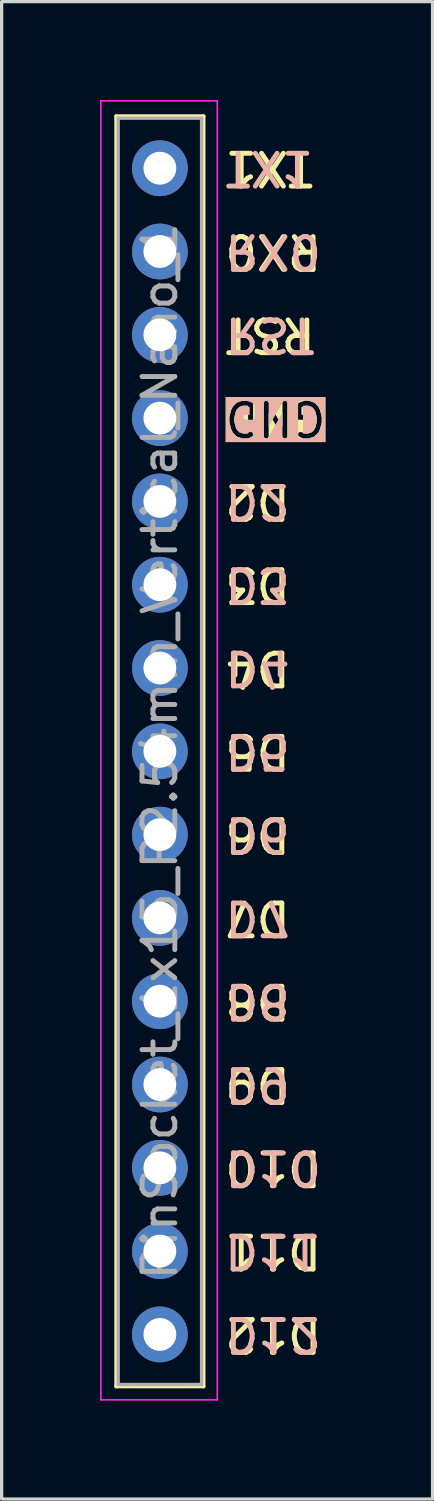
<source format=kicad_pcb>
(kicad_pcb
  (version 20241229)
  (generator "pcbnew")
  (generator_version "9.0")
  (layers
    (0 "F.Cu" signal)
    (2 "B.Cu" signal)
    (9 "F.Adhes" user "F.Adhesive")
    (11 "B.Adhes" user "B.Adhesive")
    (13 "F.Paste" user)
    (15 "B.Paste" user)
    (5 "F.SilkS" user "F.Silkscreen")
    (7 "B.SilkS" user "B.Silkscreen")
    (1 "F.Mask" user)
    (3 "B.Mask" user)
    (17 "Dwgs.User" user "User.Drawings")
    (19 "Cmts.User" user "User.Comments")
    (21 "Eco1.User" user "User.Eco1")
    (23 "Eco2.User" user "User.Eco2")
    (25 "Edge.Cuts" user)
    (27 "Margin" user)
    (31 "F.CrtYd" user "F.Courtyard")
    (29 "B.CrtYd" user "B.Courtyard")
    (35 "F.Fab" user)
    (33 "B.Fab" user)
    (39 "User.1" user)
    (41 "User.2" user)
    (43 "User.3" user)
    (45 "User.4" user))
  (footprint "PinSocket_1x15_P2.54mm_Vertical_Nano_1"
    (layer "F.Cu")
    (at 1.825 2.079)
    (property "Reference" "PinSocket_1x15_P2.54mm_Vertical_Nano_1" (at 0 17.78 270) (layer "F.Fab") (effects (font (size 1 1) (thickness 0.15))))
    (attr through_hole)
    (fp_line (start -1.33 -1.584) (end -1.33 37.144) (stroke (width 0.12) (type solid)) (layer "F.SilkS"))
    (fp_line (start -1.33 -1.584) (end 1.33 -1.584) (stroke (width 0.12) (type solid)) (layer "F.SilkS"))
    (fp_line (start -1.33 37.144) (end 1.33 37.144) (stroke (width 0.12) (type solid)) (layer "F.SilkS"))
    (fp_line (start 1.33 -1.584) (end 1.33 37.144) (stroke (width 0.12) (type solid)) (layer "F.SilkS"))
    (fp_line (start -1.8 -2.054) (end 1.75 -2.054) (stroke (width 0.05) (type solid)) (layer "F.CrtYd"))
    (fp_line (start -1.8 37.554) (end -1.8 -2.054) (stroke (width 0.05) (type solid)) (layer "F.CrtYd"))
    (fp_line (start 1.75 -2.054) (end 1.75 37.554) (stroke (width 0.05) (type solid)) (layer "F.CrtYd"))
    (fp_line (start 1.75 37.554) (end -1.8 37.554) (stroke (width 0.05) (type solid)) (layer "F.CrtYd"))
    (fp_line (start -1.27 -1.524) (end 1.27 -1.524) (stroke (width 0.1) (type solid)) (layer "F.Fab"))
    (fp_line (start -1.27 37.084) (end -1.27 -1.524) (stroke (width 0.1) (type solid)) (layer "F.Fab"))
    (fp_line (start 1.27 -1.524) (end 1.27 37.084) (stroke (width 0.1) (type solid)) (layer "F.Fab"))
    (fp_line (start 1.27 37.084) (end -1.27 37.084) (stroke (width 0.1) (type solid)) (layer "F.Fab"))
    (fp_text user "D12" (at 1.905 35.56 180) (unlocked yes) (layer "F.SilkS") (effects (font (size 1 1) (thickness 0.15)) (justify right)))
    (fp_text user "D4" (at 1.905 15.24 180) (unlocked yes) (layer "F.SilkS") (effects (font (size 1 1) (thickness 0.15)) (justify right)))
    (fp_text user "D10" (at 1.905 30.48 180) (unlocked yes) (layer "F.SilkS") (effects (font (size 1 1) (thickness 0.15)) (justify right)))
    (fp_text user "GND" (at 1.905 7.62 180) (unlocked yes) (layer "F.SilkS" knockout) (effects (font (size 1 1) (thickness 0.15)) (justify right)))
    (fp_text user "D2" (at 1.905 10.16 180) (unlocked yes) (layer "F.SilkS") (effects (font (size 1 1) (thickness 0.15)) (justify right)))
    (fp_text user "D7" (at 1.905 22.86 180) (unlocked yes) (layer "F.SilkS") (effects (font (size 1 1) (thickness 0.15)) (justify right)))
    (fp_text user "D11" (at 1.905 33.02 180) (unlocked yes) (layer "F.SilkS") (effects (font (size 1 1) (thickness 0.15)) (justify right)))
    (fp_text user "TX1" (at 1.905 0 180) (unlocked yes) (layer "F.SilkS") (effects (font (size 1 1) (thickness 0.15)) (justify right)))
    (fp_text user "D5" (at 1.905 17.78 180) (unlocked yes) (layer "F.SilkS") (effects (font (size 1 1) (thickness 0.15)) (justify right)))
    (fp_text user "D9" (at 1.905 27.94 180) (unlocked yes) (layer "F.SilkS") (effects (font (size 1 1) (thickness 0.15)) (justify right)))
    (fp_text user "D3" (at 1.905 12.7 180) (unlocked yes) (layer "F.SilkS") (effects (font (size 1 1) (thickness 0.15)) (justify right)))
    (fp_text user "D8" (at 1.905 25.4 180) (unlocked yes) (layer "F.SilkS") (effects (font (size 1 1) (thickness 0.15)) (justify right)))
    (fp_text user "D6" (at 1.905 20.32 180) (unlocked yes) (layer "F.SilkS") (effects (font (size 1 1) (thickness 0.15)) (justify right)))
    (fp_text user "RX0" (at 1.905 2.54 180) (unlocked yes) (layer "F.SilkS") (effects (font (size 1 1) (thickness 0.15)) (justify right)))
    (fp_text user "RST" (at 1.905 5.08 180) (unlocked yes) (layer "F.SilkS") (effects (font (size 1 1) (thickness 0.15)) (justify right)))
    (fp_text user "GND" (at 1.905 7.62 180) (unlocked yes) (layer "B.SilkS" knockout) (effects (font (size 1 1) (thickness 0.15)) (justify left mirror)))
    (fp_text user "D12" (at 1.905 35.56 180) (unlocked yes) (layer "B.SilkS") (effects (font (size 1 1) (thickness 0.15)) (justify left mirror)))
    (fp_text user "D9" (at 1.905 27.94 180) (unlocked yes) (layer "B.SilkS") (effects (font (size 1 1) (thickness 0.15)) (justify left mirror)))
    (fp_text user "D5" (at 1.905 17.78 180) (unlocked yes) (layer "B.SilkS") (effects (font (size 1 1) (thickness 0.15)) (justify left mirror)))
    (fp_text user "D2" (at 1.905 10.16 180) (unlocked yes) (layer "B.SilkS") (effects (font (size 1 1) (thickness 0.15)) (justify left mirror)))
    (fp_text user "RST" (at 1.905 5.08 180) (unlocked yes) (layer "B.SilkS") (effects (font (size 1 1) (thickness 0.15)) (justify left mirror)))
    (fp_text user "D3" (at 1.905 12.7 180) (unlocked yes) (layer "B.SilkS") (effects (font (size 1 1) (thickness 0.15)) (justify left mirror)))
    (fp_text user "D4" (at 1.905 15.24 180) (unlocked yes) (layer "B.SilkS") (effects (font (size 1 1) (thickness 0.15)) (justify left mirror)))
    (fp_text user "D7" (at 1.905 22.86 180) (unlocked yes) (layer "B.SilkS") (effects (font (size 1 1) (thickness 0.15)) (justify left mirror)))
    (fp_text user "D11" (at 1.897 33.023 180) (unlocked yes) (layer "B.SilkS") (effects (font (size 1 1) (thickness 0.15)) (justify left mirror)))
    (fp_text user "TX1" (at 1.905 0 180) (unlocked yes) (layer "B.SilkS") (effects (font (size 1 1) (thickness 0.15)) (justify left mirror)))
    (fp_text user "D6" (at 1.905 20.32 180) (unlocked yes) (layer "B.SilkS") (effects (font (size 1 1) (thickness 0.15)) (justify left mirror)))
    (fp_text user "D8" (at 1.905 25.4 180) (unlocked yes) (layer "B.SilkS") (effects (font (size 1 1) (thickness 0.15)) (justify left mirror)))
    (fp_text user "D10" (at 1.905 30.48 180) (unlocked yes) (layer "B.SilkS") (effects (font (size 1 1) (thickness 0.15)) (justify left mirror)))
    (fp_text user "RX0" (at 1.905 2.54 180) (unlocked yes) (layer "B.SilkS") (effects (font (size 1 1) (thickness 0.15)) (justify left mirror)))
    (pad "1" thru_hole circle (at 0 0) (size 1.7 1.7) (drill 1) (layers "*.Cu" "*.Mask"))
    (pad "2" thru_hole circle (at 0 2.54) (size 1.7 1.7) (drill 1) (layers "*.Cu" "*.Mask"))
    (pad "3" thru_hole circle (at 0 5.08) (size 1.7 1.7) (drill 1) (layers "*.Cu" "*.Mask"))
    (pad "4" thru_hole circle (at 0 7.62) (size 1.7 1.7) (drill 1) (layers "*.Cu" "*.Mask"))
    (pad "5" thru_hole circle (at 0 10.16) (size 1.7 1.7) (drill 1) (layers "*.Cu" "*.Mask"))
    (pad "6" thru_hole circle (at 0 12.7) (size 1.7 1.7) (drill 1) (layers "*.Cu" "*.Mask"))
    (pad "7" thru_hole circle (at 0 15.24) (size 1.7 1.7) (drill 1) (layers "*.Cu" "*.Mask"))
    (pad "8" thru_hole circle (at 0 17.78) (size 1.7 1.7) (drill 1) (layers "*.Cu" "*.Mask"))
    (pad "9" thru_hole circle (at 0 20.32) (size 1.7 1.7) (drill 1) (layers "*.Cu" "*.Mask"))
    (pad "10" thru_hole circle (at 0 22.86) (size 1.7 1.7) (drill 1) (layers "*.Cu" "*.Mask"))
    (pad "11" thru_hole circle (at 0 25.4) (size 1.7 1.7) (drill 1) (layers "*.Cu" "*.Mask"))
    (pad "12" thru_hole circle (at 0 27.94) (size 1.7 1.7) (drill 1) (layers "*.Cu" "*.Mask"))
    (pad "13" thru_hole circle (at 0 30.48) (size 1.7 1.7) (drill 1) (layers "*.Cu" "*.Mask"))
    (pad "14" thru_hole circle (at 0 33.02) (size 1.7 1.7) (drill 1) (layers "*.Cu" "*.Mask"))
    (pad "15" thru_hole circle (at 0 35.56) (size 1.7 1.7) (drill 1) (layers "*.Cu" "*.Mask")))
  (gr_rect
    (start -3 -3)
    (end 10.139 42.658)
    (stroke (width 0.1) (type default))
    (fill no)
    (layer "Edge.Cuts")))
</source>
